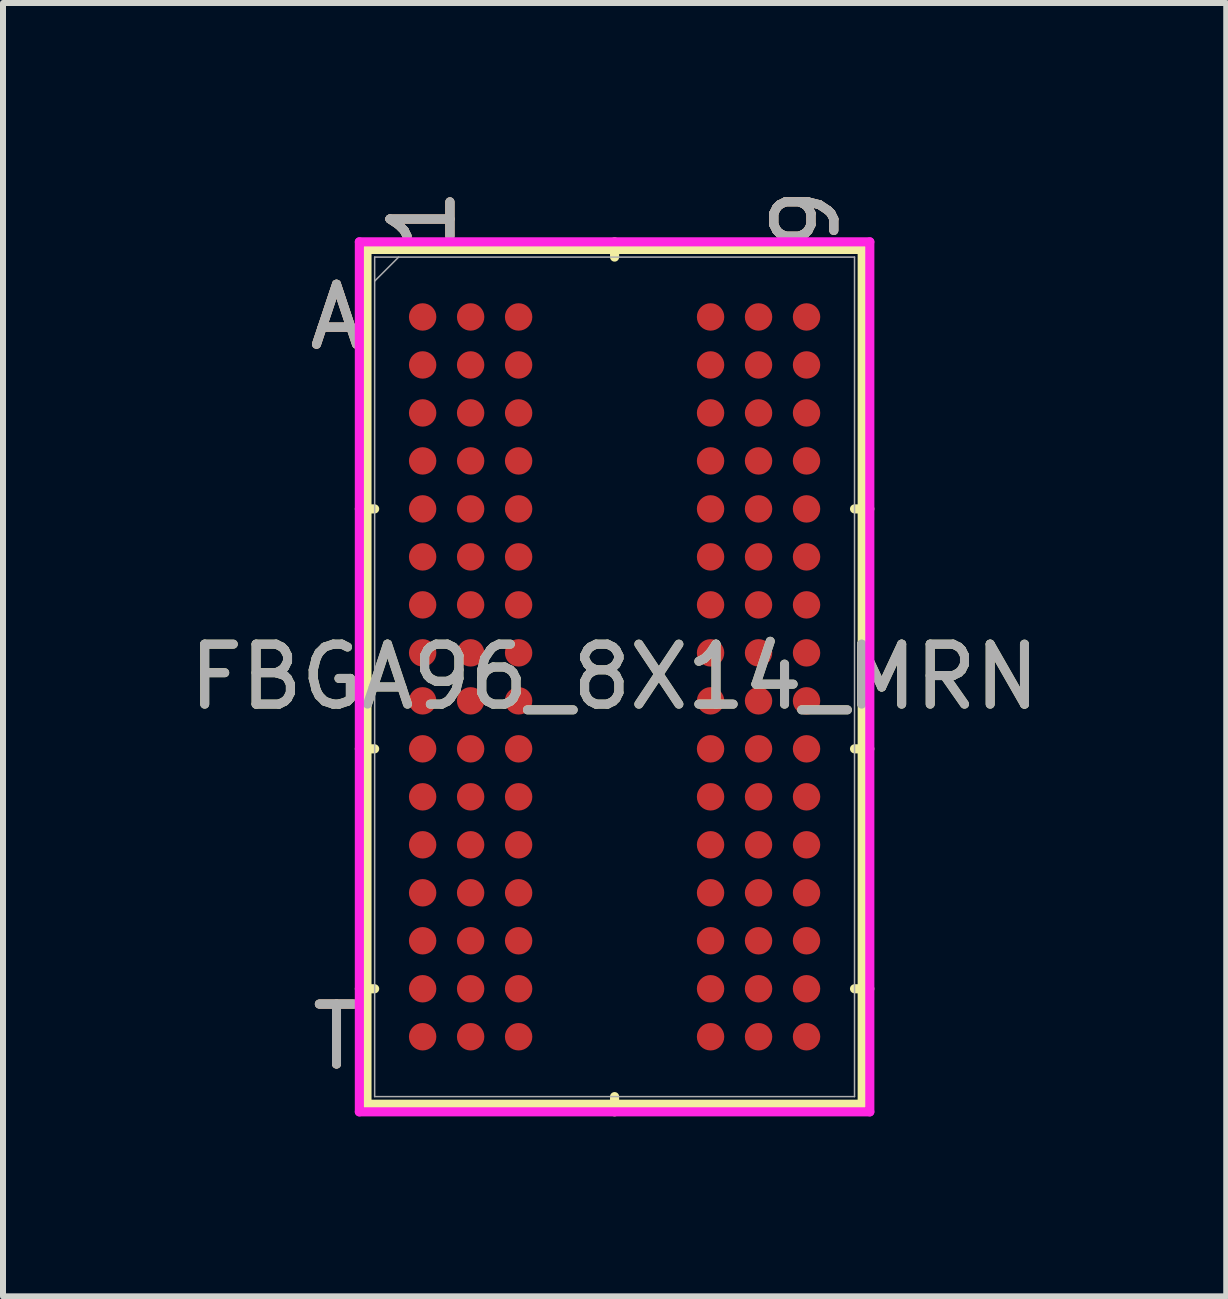
<source format=kicad_pcb>
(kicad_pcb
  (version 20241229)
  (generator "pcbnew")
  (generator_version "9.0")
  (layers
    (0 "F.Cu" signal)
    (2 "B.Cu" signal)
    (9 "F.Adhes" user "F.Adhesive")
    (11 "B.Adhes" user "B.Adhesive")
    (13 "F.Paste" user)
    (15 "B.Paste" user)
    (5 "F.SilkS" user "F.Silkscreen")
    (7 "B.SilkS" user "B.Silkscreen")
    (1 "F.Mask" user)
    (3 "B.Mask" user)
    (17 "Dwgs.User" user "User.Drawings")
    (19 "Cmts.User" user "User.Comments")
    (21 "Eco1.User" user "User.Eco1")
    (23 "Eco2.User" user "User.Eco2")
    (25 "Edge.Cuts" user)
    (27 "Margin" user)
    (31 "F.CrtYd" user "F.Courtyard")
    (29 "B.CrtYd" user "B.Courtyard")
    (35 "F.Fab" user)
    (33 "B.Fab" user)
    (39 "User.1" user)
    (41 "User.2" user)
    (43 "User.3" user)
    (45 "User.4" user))
  (footprint "FBGA96_8X14_MRN"
    (layer "F.Cu")
    (at 7.196 8.234)
    (property "Reference" "FBGA96_8X14_MRN" (at 0 0 0) (unlocked yes) (layer "F.SilkS") (effects (font (size 1 1) (thickness 0.15))))
    (attr smd)
    (fp_line (start -4.128 -7.125) (end -4.128 7.125) (stroke (width 0.152) (type solid)) (layer "F.SilkS"))
    (fp_line (start -4.128 7.125) (end 4.128 7.125) (stroke (width 0.152) (type solid)) (layer "F.SilkS"))
    (fp_line (start -4 -2.8) (end -4.255 -2.8) (stroke (width 0.152) (type solid)) (layer "F.SilkS"))
    (fp_line (start -4 1.2) (end -4.255 1.2) (stroke (width 0.152) (type solid)) (layer "F.SilkS"))
    (fp_line (start -4 5.2) (end -4.255 5.2) (stroke (width 0.152) (type solid)) (layer "F.SilkS"))
    (fp_line (start 0 -6.998) (end 0 -7.252) (stroke (width 0.152) (type solid)) (layer "F.SilkS"))
    (fp_line (start 0 6.998) (end 0 7.252) (stroke (width 0.152) (type solid)) (layer "F.SilkS"))
    (fp_line (start 4 -2.8) (end 4.255 -2.8) (stroke (width 0.152) (type solid)) (layer "F.SilkS"))
    (fp_line (start 4 1.2) (end 4.255 1.2) (stroke (width 0.152) (type solid)) (layer "F.SilkS"))
    (fp_line (start 4 5.2) (end 4.255 5.2) (stroke (width 0.152) (type solid)) (layer "F.SilkS"))
    (fp_line (start 4.128 -7.125) (end -4.128 -7.125) (stroke (width 0.152) (type solid)) (layer "F.SilkS"))
    (fp_line (start 4.128 7.125) (end 4.128 -7.125) (stroke (width 0.152) (type solid)) (layer "F.SilkS"))
    (fp_poly (pts (xy -0.802 -6.898) (xy -0.802 -5.825) (xy 0.802 -5.825) (xy 0.802 -6.898)) (stroke (width 0) (type solid)) (fill yes) (layer "F.Paste"))
    (fp_poly (pts (xy -0.802 -5.625) (xy -0.802 -4.553) (xy 0.802 -4.553) (xy 0.802 -5.625)) (stroke (width 0) (type solid)) (fill yes) (layer "F.Paste"))
    (fp_poly (pts (xy -0.802 -4.353) (xy -0.802 -3.281) (xy 0.802 -3.281) (xy 0.802 -4.353)) (stroke (width 0) (type solid)) (fill yes) (layer "F.Paste"))
    (fp_poly (pts (xy -0.802 -3.081) (xy -0.802 -2.008) (xy 0.802 -2.008) (xy 0.802 -3.081)) (stroke (width 0) (type solid)) (fill yes) (layer "F.Paste"))
    (fp_poly (pts (xy -0.802 -1.808) (xy -0.802 -0.736) (xy 0.802 -0.736) (xy 0.802 -1.808)) (stroke (width 0) (type solid)) (fill yes) (layer "F.Paste"))
    (fp_poly (pts (xy -0.802 -0.536) (xy -0.802 0.536) (xy 0.802 0.536) (xy 0.802 -0.536)) (stroke (width 0) (type solid)) (fill yes) (layer "F.Paste"))
    (fp_poly (pts (xy -0.802 0.736) (xy -0.802 1.808) (xy 0.802 1.808) (xy 0.802 0.736)) (stroke (width 0) (type solid)) (fill yes) (layer "F.Paste"))
    (fp_poly (pts (xy -0.802 2.008) (xy -0.802 3.081) (xy 0.802 3.081) (xy 0.802 2.008)) (stroke (width 0) (type solid)) (fill yes) (layer "F.Paste"))
    (fp_poly (pts (xy -0.802 3.281) (xy -0.802 4.353) (xy 0.802 4.353) (xy 0.802 3.281)) (stroke (width 0) (type solid)) (fill yes) (layer "F.Paste"))
    (fp_poly (pts (xy -0.802 4.553) (xy -0.802 5.625) (xy 0.802 5.625) (xy 0.802 4.553)) (stroke (width 0) (type solid)) (fill yes) (layer "F.Paste"))
    (fp_poly (pts (xy -0.802 5.825) (xy -0.802 6.898) (xy 0.802 6.898) (xy 0.802 5.825)) (stroke (width 0) (type solid)) (fill yes) (layer "F.Paste"))
    (fp_poly (pts (xy -4.045 -6.844) (xy 4.045 -6.844) (xy 4.045 6.844) (xy -4.045 6.844)) (stroke (width 0.1) (type solid)) (fill no) (layer "Eco2.User"))
    (fp_line (start -4.255 -7.252) (end 4.255 -7.252) (stroke (width 0.152) (type solid)) (layer "F.CrtYd"))
    (fp_line (start -4.255 7.252) (end -4.255 -7.252) (stroke (width 0.152) (type solid)) (layer "F.CrtYd"))
    (fp_line (start 4.255 -7.252) (end 4.255 7.252) (stroke (width 0.152) (type solid)) (layer "F.CrtYd"))
    (fp_line (start 4.255 7.252) (end -4.255 7.252) (stroke (width 0.152) (type solid)) (layer "F.CrtYd"))
    (fp_line (start -4 -6.998) (end -4 6.998) (stroke (width 0.025) (type solid)) (layer "F.Fab"))
    (fp_line (start -4 6.998) (end 4 6.998) (stroke (width 0.025) (type solid)) (layer "F.Fab"))
    (fp_line (start -3.6 -6.998) (end -4 -6.598) (stroke (width 0.025) (type solid)) (layer "F.Fab"))
    (fp_line (start 4 -6.998) (end -4 -6.998) (stroke (width 0.025) (type solid)) (layer "F.Fab"))
    (fp_line (start 4 6.998) (end 4 -6.998) (stroke (width 0.025) (type solid)) (layer "F.Fab"))
    (fp_text user "1" (at -3.2 -7.633 90) (unlocked yes) (layer "F.SilkS") (effects (font (size 1 1) (thickness 0.15))))
    (fp_text user "T" (at -4.636 6 0) (unlocked yes) (layer "F.SilkS") (effects (font (size 1 1) (thickness 0.15))))
    (fp_text user "9" (at 3.2 -7.633 90) (unlocked yes) (layer "F.SilkS") (effects (font (size 1 1) (thickness 0.15))))
    (fp_text user "A" (at -4.636 -6 0) (unlocked yes) (layer "F.SilkS") (effects (font (size 1 1) (thickness 0.15))))
    (fp_text user "9" (at 3.2 -7.633 90) (unlocked yes) (layer "B.SilkS") (effects (font (size 1 1) (thickness 0.15))))
    (fp_text user "A" (at -4.636 -6 0) (unlocked yes) (layer "B.SilkS") (effects (font (size 1 1) (thickness 0.15))))
    (fp_text user "T" (at -4.636 6 0) (unlocked yes) (layer "B.SilkS") (effects (font (size 1 1) (thickness 0.15))))
    (fp_text user "1" (at -3.2 -7.633 90) (unlocked yes) (layer "B.SilkS") (effects (font (size 1 1) (thickness 0.15))))
    (fp_text user "9" (at 3.2 -7.633 90) (unlocked yes) (layer "F.Fab") (effects (font (size 1 1) (thickness 0.15))))
    (fp_text user "1" (at -3.2 -7.633 90) (unlocked yes) (layer "F.Fab") (effects (font (size 1 1) (thickness 0.15))))
    (fp_text user "${REFERENCE}" (at 0 0 0) (unlocked yes) (layer "F.Fab") (effects (font (size 1 1) (thickness 0.15))))
    (fp_text user "T" (at -4.636 6 0) (unlocked yes) (layer "F.Fab") (effects (font (size 1 1) (thickness 0.15))))
    (fp_text user "A" (at -4.636 -6 0) (unlocked yes) (layer "F.Fab") (effects (font (size 1 1) (thickness 0.15))))
    (pad "A1" smd circle (at -3.2 -6) (size 0.457 0.457) (layers "F.Cu" "F.Mask" "F.Paste"))
    (pad "A2" smd circle (at -2.4 -6) (size 0.457 0.457) (layers "F.Cu" "F.Mask" "F.Paste"))
    (pad "A3" smd circle (at -1.6 -6) (size 0.457 0.457) (layers "F.Cu" "F.Mask" "F.Paste"))
    (pad "A7" smd circle (at 1.6 -6) (size 0.457 0.457) (layers "F.Cu" "F.Mask" "F.Paste"))
    (pad "A8" smd circle (at 2.4 -6) (size 0.457 0.457) (layers "F.Cu" "F.Mask" "F.Paste"))
    (pad "A9" smd circle (at 3.2 -6) (size 0.457 0.457) (layers "F.Cu" "F.Mask" "F.Paste"))
    (pad "B1" smd circle (at -3.2 -5.2) (size 0.457 0.457) (layers "F.Cu" "F.Mask" "F.Paste"))
    (pad "B2" smd circle (at -2.4 -5.2) (size 0.457 0.457) (layers "F.Cu" "F.Mask" "F.Paste"))
    (pad "B3" smd circle (at -1.6 -5.2) (size 0.457 0.457) (layers "F.Cu" "F.Mask" "F.Paste"))
    (pad "B7" smd circle (at 1.6 -5.2) (size 0.457 0.457) (layers "F.Cu" "F.Mask" "F.Paste"))
    (pad "B8" smd circle (at 2.4 -5.2) (size 0.457 0.457) (layers "F.Cu" "F.Mask" "F.Paste"))
    (pad "B9" smd circle (at 3.2 -5.2) (size 0.457 0.457) (layers "F.Cu" "F.Mask" "F.Paste"))
    (pad "C1" smd circle (at -3.2 -4.4) (size 0.457 0.457) (layers "F.Cu" "F.Mask" "F.Paste"))
    (pad "C2" smd circle (at -2.4 -4.4) (size 0.457 0.457) (layers "F.Cu" "F.Mask" "F.Paste"))
    (pad "C3" smd circle (at -1.6 -4.4) (size 0.457 0.457) (layers "F.Cu" "F.Mask" "F.Paste"))
    (pad "C7" smd circle (at 1.6 -4.4) (size 0.457 0.457) (layers "F.Cu" "F.Mask" "F.Paste"))
    (pad "C8" smd circle (at 2.4 -4.4) (size 0.457 0.457) (layers "F.Cu" "F.Mask" "F.Paste"))
    (pad "C9" smd circle (at 3.2 -4.4) (size 0.457 0.457) (layers "F.Cu" "F.Mask" "F.Paste"))
    (pad "D1" smd circle (at -3.2 -3.6) (size 0.457 0.457) (layers "F.Cu" "F.Mask" "F.Paste"))
    (pad "D2" smd circle (at -2.4 -3.6) (size 0.457 0.457) (layers "F.Cu" "F.Mask" "F.Paste"))
    (pad "D3" smd circle (at -1.6 -3.6) (size 0.457 0.457) (layers "F.Cu" "F.Mask" "F.Paste"))
    (pad "D7" smd circle (at 1.6 -3.6) (size 0.457 0.457) (layers "F.Cu" "F.Mask" "F.Paste"))
    (pad "D8" smd circle (at 2.4 -3.6) (size 0.457 0.457) (layers "F.Cu" "F.Mask" "F.Paste"))
    (pad "D9" smd circle (at 3.2 -3.6) (size 0.457 0.457) (layers "F.Cu" "F.Mask" "F.Paste"))
    (pad "E1" smd circle (at -3.2 -2.8) (size 0.457 0.457) (layers "F.Cu" "F.Mask" "F.Paste"))
    (pad "E2" smd circle (at -2.4 -2.8) (size 0.457 0.457) (layers "F.Cu" "F.Mask" "F.Paste"))
    (pad "E3" smd circle (at -1.6 -2.8) (size 0.457 0.457) (layers "F.Cu" "F.Mask" "F.Paste"))
    (pad "E7" smd circle (at 1.6 -2.8) (size 0.457 0.457) (layers "F.Cu" "F.Mask" "F.Paste"))
    (pad "E8" smd circle (at 2.4 -2.8) (size 0.457 0.457) (layers "F.Cu" "F.Mask" "F.Paste"))
    (pad "E9" smd circle (at 3.2 -2.8) (size 0.457 0.457) (layers "F.Cu" "F.Mask" "F.Paste"))
    (pad "F1" smd circle (at -3.2 -2) (size 0.457 0.457) (layers "F.Cu" "F.Mask" "F.Paste"))
    (pad "F2" smd circle (at -2.4 -2) (size 0.457 0.457) (layers "F.Cu" "F.Mask" "F.Paste"))
    (pad "F3" smd circle (at -1.6 -2) (size 0.457 0.457) (layers "F.Cu" "F.Mask" "F.Paste"))
    (pad "F7" smd circle (at 1.6 -2) (size 0.457 0.457) (layers "F.Cu" "F.Mask" "F.Paste"))
    (pad "F8" smd circle (at 2.4 -2) (size 0.457 0.457) (layers "F.Cu" "F.Mask" "F.Paste"))
    (pad "F9" smd circle (at 3.2 -2) (size 0.457 0.457) (layers "F.Cu" "F.Mask" "F.Paste"))
    (pad "G1" smd circle (at -3.2 -1.2) (size 0.457 0.457) (layers "F.Cu" "F.Mask" "F.Paste"))
    (pad "G2" smd circle (at -2.4 -1.2) (size 0.457 0.457) (layers "F.Cu" "F.Mask" "F.Paste"))
    (pad "G3" smd circle (at -1.6 -1.2) (size 0.457 0.457) (layers "F.Cu" "F.Mask" "F.Paste"))
    (pad "G7" smd circle (at 1.6 -1.2) (size 0.457 0.457) (layers "F.Cu" "F.Mask" "F.Paste"))
    (pad "G8" smd circle (at 2.4 -1.2) (size 0.457 0.457) (layers "F.Cu" "F.Mask" "F.Paste"))
    (pad "G9" smd circle (at 3.2 -1.2) (size 0.457 0.457) (layers "F.Cu" "F.Mask" "F.Paste"))
    (pad "H1" smd circle (at -3.2 -0.4) (size 0.457 0.457) (layers "F.Cu" "F.Mask" "F.Paste"))
    (pad "H2" smd circle (at -2.4 -0.4) (size 0.457 0.457) (layers "F.Cu" "F.Mask" "F.Paste"))
    (pad "H3" smd circle (at -1.6 -0.4) (size 0.457 0.457) (layers "F.Cu" "F.Mask" "F.Paste"))
    (pad "H7" smd circle (at 1.6 -0.4) (size 0.457 0.457) (layers "F.Cu" "F.Mask" "F.Paste"))
    (pad "H8" smd circle (at 2.4 -0.4) (size 0.457 0.457) (layers "F.Cu" "F.Mask" "F.Paste"))
    (pad "H9" smd circle (at 3.2 -0.4) (size 0.457 0.457) (layers "F.Cu" "F.Mask" "F.Paste"))
    (pad "J1" smd circle (at -3.2 0.4) (size 0.457 0.457) (layers "F.Cu" "F.Mask" "F.Paste"))
    (pad "J2" smd circle (at -2.4 0.4) (size 0.457 0.457) (layers "F.Cu" "F.Mask" "F.Paste"))
    (pad "J3" smd circle (at -1.6 0.4) (size 0.457 0.457) (layers "F.Cu" "F.Mask" "F.Paste"))
    (pad "J7" smd circle (at 1.6 0.4) (size 0.457 0.457) (layers "F.Cu" "F.Mask" "F.Paste"))
    (pad "J8" smd circle (at 2.4 0.4) (size 0.457 0.457) (layers "F.Cu" "F.Mask" "F.Paste"))
    (pad "J9" smd circle (at 3.2 0.4) (size 0.457 0.457) (layers "F.Cu" "F.Mask" "F.Paste"))
    (pad "K1" smd circle (at -3.2 1.2) (size 0.457 0.457) (layers "F.Cu" "F.Mask" "F.Paste"))
    (pad "K2" smd circle (at -2.4 1.2) (size 0.457 0.457) (layers "F.Cu" "F.Mask" "F.Paste"))
    (pad "K3" smd circle (at -1.6 1.2) (size 0.457 0.457) (layers "F.Cu" "F.Mask" "F.Paste"))
    (pad "K7" smd circle (at 1.6 1.2) (size 0.457 0.457) (layers "F.Cu" "F.Mask" "F.Paste"))
    (pad "K8" smd circle (at 2.4 1.2) (size 0.457 0.457) (layers "F.Cu" "F.Mask" "F.Paste"))
    (pad "K9" smd circle (at 3.2 1.2) (size 0.457 0.457) (layers "F.Cu" "F.Mask" "F.Paste"))
    (pad "L1" smd circle (at -3.2 2) (size 0.457 0.457) (layers "F.Cu" "F.Mask" "F.Paste"))
    (pad "L2" smd circle (at -2.4 2) (size 0.457 0.457) (layers "F.Cu" "F.Mask" "F.Paste"))
    (pad "L3" smd circle (at -1.6 2) (size 0.457 0.457) (layers "F.Cu" "F.Mask" "F.Paste"))
    (pad "L7" smd circle (at 1.6 2) (size 0.457 0.457) (layers "F.Cu" "F.Mask" "F.Paste"))
    (pad "L8" smd circle (at 2.4 2) (size 0.457 0.457) (layers "F.Cu" "F.Mask" "F.Paste"))
    (pad "L9" smd circle (at 3.2 2) (size 0.457 0.457) (layers "F.Cu" "F.Mask" "F.Paste"))
    (pad "M1" smd circle (at -3.2 2.8) (size 0.457 0.457) (layers "F.Cu" "F.Mask" "F.Paste"))
    (pad "M2" smd circle (at -2.4 2.8) (size 0.457 0.457) (layers "F.Cu" "F.Mask" "F.Paste"))
    (pad "M3" smd circle (at -1.6 2.8) (size 0.457 0.457) (layers "F.Cu" "F.Mask" "F.Paste"))
    (pad "M7" smd circle (at 1.6 2.8) (size 0.457 0.457) (layers "F.Cu" "F.Mask" "F.Paste"))
    (pad "M8" smd circle (at 2.4 2.8) (size 0.457 0.457) (layers "F.Cu" "F.Mask" "F.Paste"))
    (pad "M9" smd circle (at 3.2 2.8) (size 0.457 0.457) (layers "F.Cu" "F.Mask" "F.Paste"))
    (pad "N1" smd circle (at -3.2 3.6) (size 0.457 0.457) (layers "F.Cu" "F.Mask" "F.Paste"))
    (pad "N2" smd circle (at -2.4 3.6) (size 0.457 0.457) (layers "F.Cu" "F.Mask" "F.Paste"))
    (pad "N3" smd circle (at -1.6 3.6) (size 0.457 0.457) (layers "F.Cu" "F.Mask" "F.Paste"))
    (pad "N7" smd circle (at 1.6 3.6) (size 0.457 0.457) (layers "F.Cu" "F.Mask" "F.Paste"))
    (pad "N8" smd circle (at 2.4 3.6) (size 0.457 0.457) (layers "F.Cu" "F.Mask" "F.Paste"))
    (pad "N9" smd circle (at 3.2 3.6) (size 0.457 0.457) (layers "F.Cu" "F.Mask" "F.Paste"))
    (pad "P1" smd circle (at -3.2 4.4) (size 0.457 0.457) (layers "F.Cu" "F.Mask" "F.Paste"))
    (pad "P2" smd circle (at -2.4 4.4) (size 0.457 0.457) (layers "F.Cu" "F.Mask" "F.Paste"))
    (pad "P3" smd circle (at -1.6 4.4) (size 0.457 0.457) (layers "F.Cu" "F.Mask" "F.Paste"))
    (pad "P7" smd circle (at 1.6 4.4) (size 0.457 0.457) (layers "F.Cu" "F.Mask" "F.Paste"))
    (pad "P8" smd circle (at 2.4 4.4) (size 0.457 0.457) (layers "F.Cu" "F.Mask" "F.Paste"))
    (pad "P9" smd circle (at 3.2 4.4) (size 0.457 0.457) (layers "F.Cu" "F.Mask" "F.Paste"))
    (pad "R1" smd circle (at -3.2 5.2) (size 0.457 0.457) (layers "F.Cu" "F.Mask" "F.Paste"))
    (pad "R2" smd circle (at -2.4 5.2) (size 0.457 0.457) (layers "F.Cu" "F.Mask" "F.Paste"))
    (pad "R3" smd circle (at -1.6 5.2) (size 0.457 0.457) (layers "F.Cu" "F.Mask" "F.Paste"))
    (pad "R7" smd circle (at 1.6 5.2) (size 0.457 0.457) (layers "F.Cu" "F.Mask" "F.Paste"))
    (pad "R8" smd circle (at 2.4 5.2) (size 0.457 0.457) (layers "F.Cu" "F.Mask" "F.Paste"))
    (pad "R9" smd circle (at 3.2 5.2) (size 0.457 0.457) (layers "F.Cu" "F.Mask" "F.Paste"))
    (pad "T1" smd circle (at -3.2 6) (size 0.457 0.457) (layers "F.Cu" "F.Mask" "F.Paste"))
    (pad "T2" smd circle (at -2.4 6) (size 0.457 0.457) (layers "F.Cu" "F.Mask" "F.Paste"))
    (pad "T3" smd circle (at -1.6 6) (size 0.457 0.457) (layers "F.Cu" "F.Mask" "F.Paste"))
    (pad "T7" smd circle (at 1.6 6) (size 0.457 0.457) (layers "F.Cu" "F.Mask" "F.Paste"))
    (pad "T8" smd circle (at 2.4 6) (size 0.457 0.457) (layers "F.Cu" "F.Mask" "F.Paste"))
    (pad "T9" smd circle (at 3.2 6) (size 0.457 0.457) (layers "F.Cu" "F.Mask" "F.Paste")))
  (gr_rect
    (start -3 -3)
    (end 17.393 18.562)
    (stroke (width 0.1) (type default))
    (fill no)
    (layer "Edge.Cuts")))
</source>
